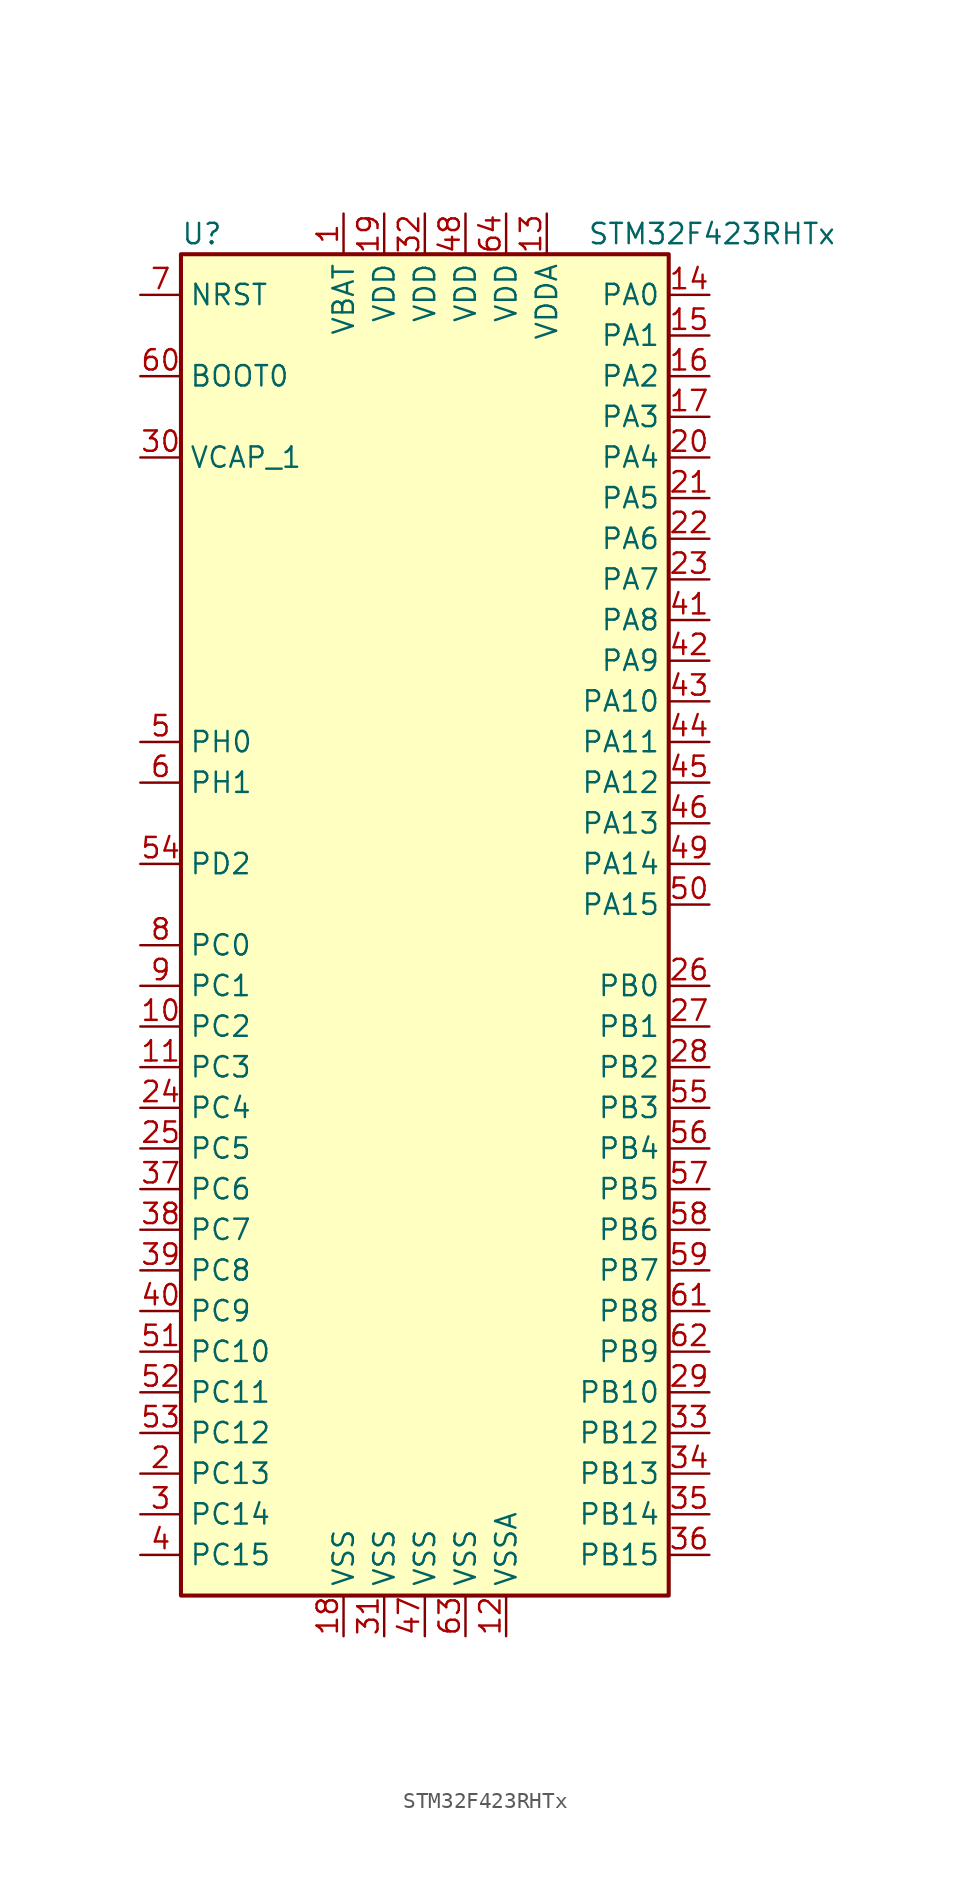
<source format=kicad_sym>
(kicad_symbol_lib
  (version 20201005)
  (generator kicad_symbol_editor)
  (symbol "MCU_ST_STM32F4:STM32F423RHTx"
    (property "Reference" "U"
      (at -15.24 41.91 0)
      (effects (font (size 1.27 1.27)) (justify left)))
    (property "Value" "STM32F423RHTx"
      (at 10.16 41.91 0)
      (effects (font (size 1.27 1.27)) (justify left)))
    (symbol "STM32F423RHTx_0_1"
      (rectangle (start -15.24 -43.18) (end 15.24 40.64) (stroke (width 0.254)) (fill (type background))))
    (symbol "STM32F423RHTx_1_1"
      (pin input line (at -17.78 33.02 0) (length 2.54) (name "BOOT0" (effects (font (size 1.27 1.27)))) (number "60" (effects (font (size 1.27 1.27)))))
      (pin input line (at -17.78 38.1 0) (length 2.54) (name "NRST" (effects (font (size 1.27 1.27)))) (number "7" (effects (font (size 1.27 1.27)))))
      (pin bidirectional line (at 17.78 38.1 180) (length 2.54) (name "PA0" (effects (font (size 1.27 1.27)))) (number "14" (effects (font (size 1.27 1.27)))))
      (pin bidirectional line (at 17.78 35.56 180) (length 2.54) (name "PA1" (effects (font (size 1.27 1.27)))) (number "15" (effects (font (size 1.27 1.27)))))
      (pin bidirectional line (at 17.78 12.7 180) (length 2.54) (name "PA10" (effects (font (size 1.27 1.27)))) (number "43" (effects (font (size 1.27 1.27)))))
      (pin bidirectional line (at 17.78 10.16 180) (length 2.54) (name "PA11" (effects (font (size 1.27 1.27)))) (number "44" (effects (font (size 1.27 1.27)))))
      (pin bidirectional line (at 17.78 7.62 180) (length 2.54) (name "PA12" (effects (font (size 1.27 1.27)))) (number "45" (effects (font (size 1.27 1.27)))))
      (pin bidirectional line (at 17.78 5.08 180) (length 2.54) (name "PA13" (effects (font (size 1.27 1.27)))) (number "46" (effects (font (size 1.27 1.27)))))
      (pin bidirectional line (at 17.78 2.54 180) (length 2.54) (name "PA14" (effects (font (size 1.27 1.27)))) (number "49" (effects (font (size 1.27 1.27)))))
      (pin bidirectional line (at 17.78 0 180) (length 2.54) (name "PA15" (effects (font (size 1.27 1.27)))) (number "50" (effects (font (size 1.27 1.27)))))
      (pin bidirectional line (at 17.78 33.02 180) (length 2.54) (name "PA2" (effects (font (size 1.27 1.27)))) (number "16" (effects (font (size 1.27 1.27)))))
      (pin bidirectional line (at 17.78 30.48 180) (length 2.54) (name "PA3" (effects (font (size 1.27 1.27)))) (number "17" (effects (font (size 1.27 1.27)))))
      (pin bidirectional line (at 17.78 27.94 180) (length 2.54) (name "PA4" (effects (font (size 1.27 1.27)))) (number "20" (effects (font (size 1.27 1.27)))))
      (pin bidirectional line (at 17.78 25.4 180) (length 2.54) (name "PA5" (effects (font (size 1.27 1.27)))) (number "21" (effects (font (size 1.27 1.27)))))
      (pin bidirectional line (at 17.78 22.86 180) (length 2.54) (name "PA6" (effects (font (size 1.27 1.27)))) (number "22" (effects (font (size 1.27 1.27)))))
      (pin bidirectional line (at 17.78 20.32 180) (length 2.54) (name "PA7" (effects (font (size 1.27 1.27)))) (number "23" (effects (font (size 1.27 1.27)))))
      (pin bidirectional line (at 17.78 17.78 180) (length 2.54) (name "PA8" (effects (font (size 1.27 1.27)))) (number "41" (effects (font (size 1.27 1.27)))))
      (pin bidirectional line (at 17.78 15.24 180) (length 2.54) (name "PA9" (effects (font (size 1.27 1.27)))) (number "42" (effects (font (size 1.27 1.27)))))
      (pin bidirectional line (at 17.78 -5.08 180) (length 2.54) (name "PB0" (effects (font (size 1.27 1.27)))) (number "26" (effects (font (size 1.27 1.27)))))
      (pin bidirectional line (at 17.78 -7.62 180) (length 2.54) (name "PB1" (effects (font (size 1.27 1.27)))) (number "27" (effects (font (size 1.27 1.27)))))
      (pin bidirectional line (at 17.78 -30.48 180) (length 2.54) (name "PB10" (effects (font (size 1.27 1.27)))) (number "29" (effects (font (size 1.27 1.27)))))
      (pin bidirectional line (at 17.78 -33.02 180) (length 2.54) (name "PB12" (effects (font (size 1.27 1.27)))) (number "33" (effects (font (size 1.27 1.27)))))
      (pin bidirectional line (at 17.78 -35.56 180) (length 2.54) (name "PB13" (effects (font (size 1.27 1.27)))) (number "34" (effects (font (size 1.27 1.27)))))
      (pin bidirectional line (at 17.78 -38.1 180) (length 2.54) (name "PB14" (effects (font (size 1.27 1.27)))) (number "35" (effects (font (size 1.27 1.27)))))
      (pin bidirectional line (at 17.78 -40.64 180) (length 2.54) (name "PB15" (effects (font (size 1.27 1.27)))) (number "36" (effects (font (size 1.27 1.27)))))
      (pin bidirectional line (at 17.78 -10.16 180) (length 2.54) (name "PB2" (effects (font (size 1.27 1.27)))) (number "28" (effects (font (size 1.27 1.27)))))
      (pin bidirectional line (at 17.78 -12.7 180) (length 2.54) (name "PB3" (effects (font (size 1.27 1.27)))) (number "55" (effects (font (size 1.27 1.27)))))
      (pin bidirectional line (at 17.78 -15.24 180) (length 2.54) (name "PB4" (effects (font (size 1.27 1.27)))) (number "56" (effects (font (size 1.27 1.27)))))
      (pin bidirectional line (at 17.78 -17.78 180) (length 2.54) (name "PB5" (effects (font (size 1.27 1.27)))) (number "57" (effects (font (size 1.27 1.27)))))
      (pin bidirectional line (at 17.78 -20.32 180) (length 2.54) (name "PB6" (effects (font (size 1.27 1.27)))) (number "58" (effects (font (size 1.27 1.27)))))
      (pin bidirectional line (at 17.78 -22.86 180) (length 2.54) (name "PB7" (effects (font (size 1.27 1.27)))) (number "59" (effects (font (size 1.27 1.27)))))
      (pin bidirectional line (at 17.78 -25.4 180) (length 2.54) (name "PB8" (effects (font (size 1.27 1.27)))) (number "61" (effects (font (size 1.27 1.27)))))
      (pin bidirectional line (at 17.78 -27.94 180) (length 2.54) (name "PB9" (effects (font (size 1.27 1.27)))) (number "62" (effects (font (size 1.27 1.27)))))
      (pin bidirectional line (at -17.78 -2.54 0) (length 2.54) (name "PC0" (effects (font (size 1.27 1.27)))) (number "8" (effects (font (size 1.27 1.27)))))
      (pin bidirectional line (at -17.78 -5.08 0) (length 2.54) (name "PC1" (effects (font (size 1.27 1.27)))) (number "9" (effects (font (size 1.27 1.27)))))
      (pin bidirectional line (at -17.78 -27.94 0) (length 2.54) (name "PC10" (effects (font (size 1.27 1.27)))) (number "51" (effects (font (size 1.27 1.27)))))
      (pin bidirectional line (at -17.78 -30.48 0) (length 2.54) (name "PC11" (effects (font (size 1.27 1.27)))) (number "52" (effects (font (size 1.27 1.27)))))
      (pin bidirectional line (at -17.78 -33.02 0) (length 2.54) (name "PC12" (effects (font (size 1.27 1.27)))) (number "53" (effects (font (size 1.27 1.27)))))
      (pin bidirectional line (at -17.78 -35.56 0) (length 2.54) (name "PC13" (effects (font (size 1.27 1.27)))) (number "2" (effects (font (size 1.27 1.27)))))
      (pin bidirectional line (at -17.78 -38.1 0) (length 2.54) (name "PC14" (effects (font (size 1.27 1.27)))) (number "3" (effects (font (size 1.27 1.27)))))
      (pin bidirectional line (at -17.78 -40.64 0) (length 2.54) (name "PC15" (effects (font (size 1.27 1.27)))) (number "4" (effects (font (size 1.27 1.27)))))
      (pin bidirectional line (at -17.78 -7.62 0) (length 2.54) (name "PC2" (effects (font (size 1.27 1.27)))) (number "10" (effects (font (size 1.27 1.27)))))
      (pin bidirectional line (at -17.78 -10.16 0) (length 2.54) (name "PC3" (effects (font (size 1.27 1.27)))) (number "11" (effects (font (size 1.27 1.27)))))
      (pin bidirectional line (at -17.78 -12.7 0) (length 2.54) (name "PC4" (effects (font (size 1.27 1.27)))) (number "24" (effects (font (size 1.27 1.27)))))
      (pin bidirectional line (at -17.78 -15.24 0) (length 2.54) (name "PC5" (effects (font (size 1.27 1.27)))) (number "25" (effects (font (size 1.27 1.27)))))
      (pin bidirectional line (at -17.78 -17.78 0) (length 2.54) (name "PC6" (effects (font (size 1.27 1.27)))) (number "37" (effects (font (size 1.27 1.27)))))
      (pin bidirectional line (at -17.78 -20.32 0) (length 2.54) (name "PC7" (effects (font (size 1.27 1.27)))) (number "38" (effects (font (size 1.27 1.27)))))
      (pin bidirectional line (at -17.78 -22.86 0) (length 2.54) (name "PC8" (effects (font (size 1.27 1.27)))) (number "39" (effects (font (size 1.27 1.27)))))
      (pin bidirectional line (at -17.78 -25.4 0) (length 2.54) (name "PC9" (effects (font (size 1.27 1.27)))) (number "40" (effects (font (size 1.27 1.27)))))
      (pin bidirectional line (at -17.78 2.54 0) (length 2.54) (name "PD2" (effects (font (size 1.27 1.27)))) (number "54" (effects (font (size 1.27 1.27)))))
      (pin input line (at -17.78 10.16 0) (length 2.54) (name "PH0" (effects (font (size 1.27 1.27)))) (number "5" (effects (font (size 1.27 1.27)))))
      (pin input line (at -17.78 7.62 0) (length 2.54) (name "PH1" (effects (font (size 1.27 1.27)))) (number "6" (effects (font (size 1.27 1.27)))))
      (pin power_in line (at -5.08 43.18 270) (length 2.54) (name "VBAT" (effects (font (size 1.27 1.27)))) (number "1" (effects (font (size 1.27 1.27)))))
      (pin power_in line (at -17.78 27.94 0) (length 2.54) (name "VCAP_1" (effects (font (size 1.27 1.27)))) (number "30" (effects (font (size 1.27 1.27)))))
      (pin power_in line (at -2.54 43.18 270) (length 2.54) (name "VDD" (effects (font (size 1.27 1.27)))) (number "19" (effects (font (size 1.27 1.27)))))
      (pin power_in line (at 0 43.18 270) (length 2.54) (name "VDD" (effects (font (size 1.27 1.27)))) (number "32" (effects (font (size 1.27 1.27)))))
      (pin power_in line (at 2.54 43.18 270) (length 2.54) (name "VDD" (effects (font (size 1.27 1.27)))) (number "48" (effects (font (size 1.27 1.27)))))
      (pin power_in line (at 5.08 43.18 270) (length 2.54) (name "VDD" (effects (font (size 1.27 1.27)))) (number "64" (effects (font (size 1.27 1.27)))))
      (pin power_in line (at 7.62 43.18 270) (length 2.54) (name "VDDA" (effects (font (size 1.27 1.27)))) (number "13" (effects (font (size 1.27 1.27)))))
      (pin power_in line (at -5.08 -45.72 90) (length 2.54) (name "VSS" (effects (font (size 1.27 1.27)))) (number "18" (effects (font (size 1.27 1.27)))))
      (pin power_in line (at -2.54 -45.72 90) (length 2.54) (name "VSS" (effects (font (size 1.27 1.27)))) (number "31" (effects (font (size 1.27 1.27)))))
      (pin power_in line (at 0 -45.72 90) (length 2.54) (name "VSS" (effects (font (size 1.27 1.27)))) (number "47" (effects (font (size 1.27 1.27)))))
      (pin power_in line (at 2.54 -45.72 90) (length 2.54) (name "VSS" (effects (font (size 1.27 1.27)))) (number "63" (effects (font (size 1.27 1.27)))))
      (pin power_in line (at 5.08 -45.72 90) (length 2.54) (name "VSSA" (effects (font (size 1.27 1.27)))) (number "12" (effects (font (size 1.27 1.27))))))))
</source>
